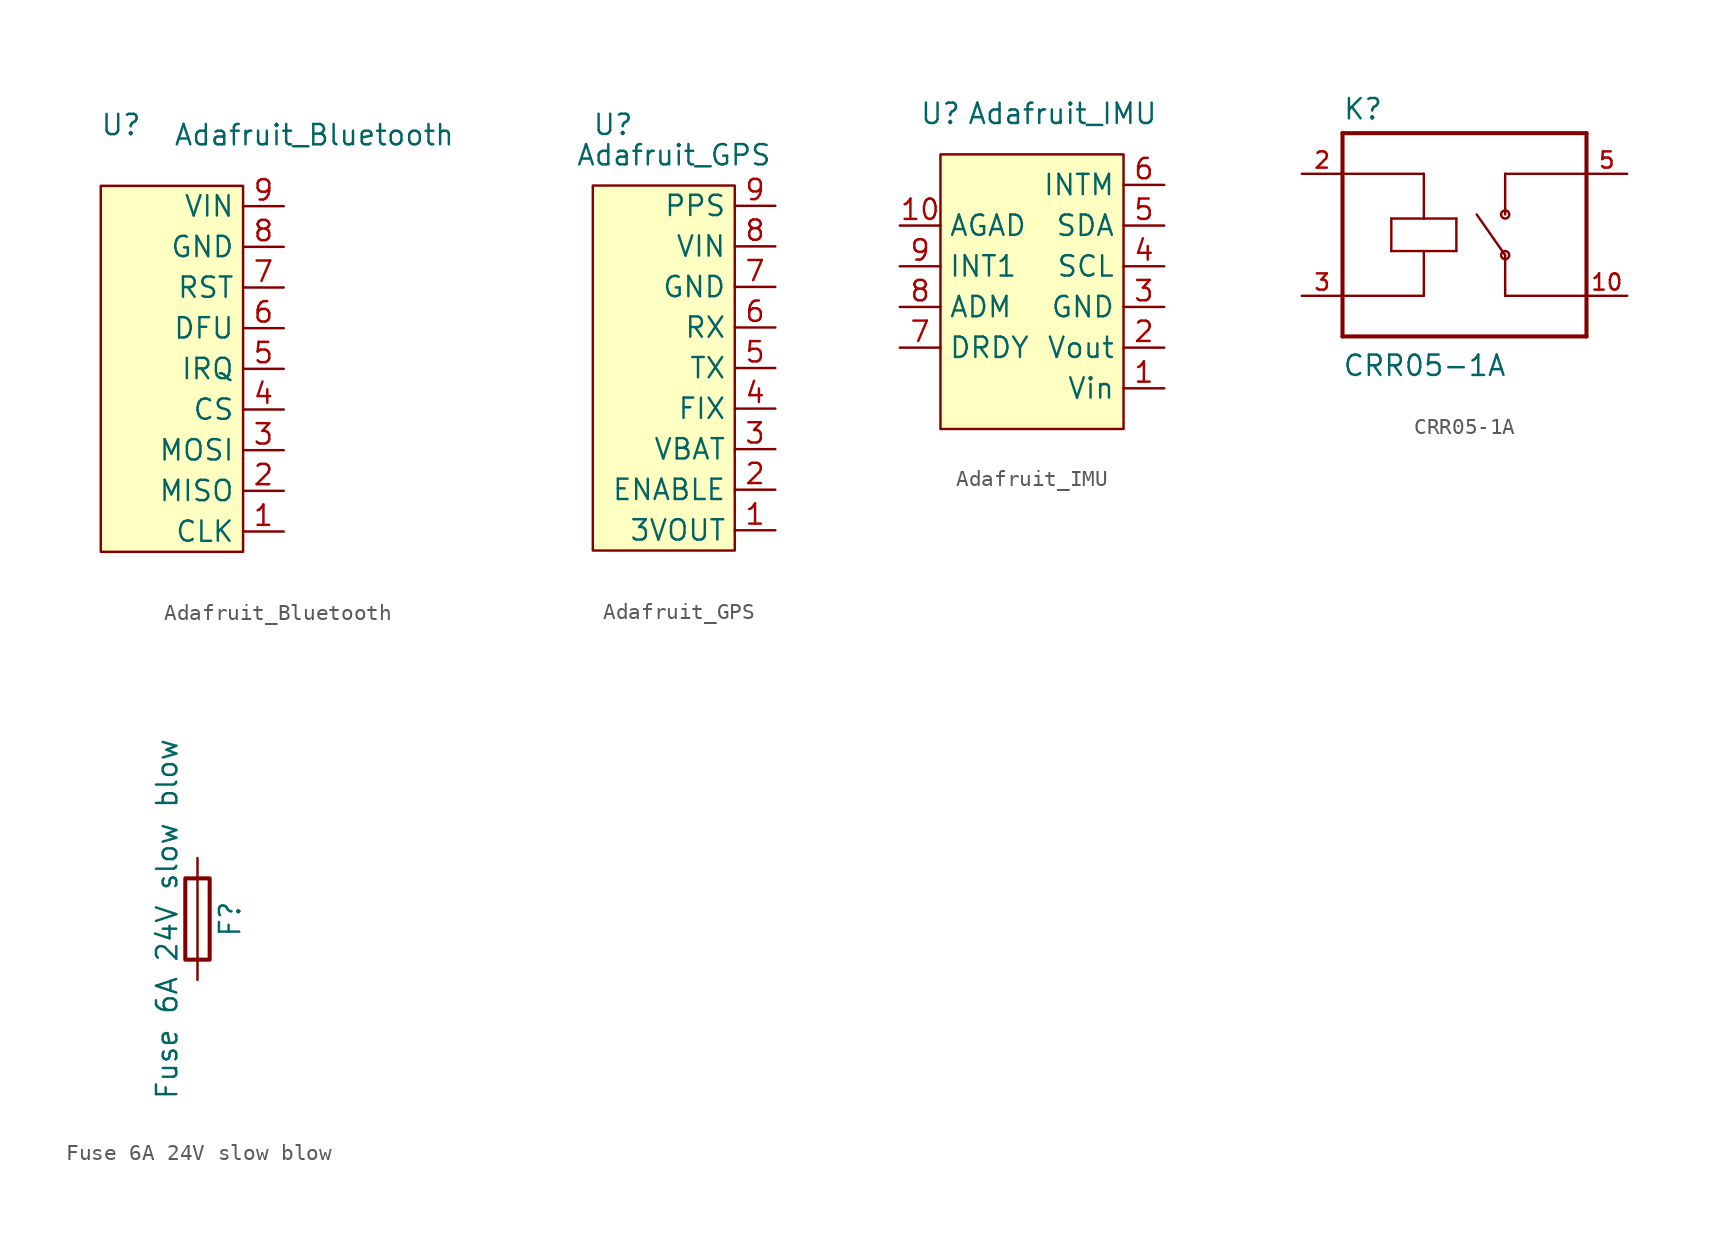
<source format=kicad_sym>
(kicad_symbol_lib
  (version 20211014)
  (generator kicad_symbol_editor)
  (symbol "Adafruit_Bluetooth"
    (property "Reference" "U"
      (at -7.62 5.08 0)
      (effects (font (size 1.27 1.27))))
    (property "Value" "Adafruit_Bluetooth"
      (at 4.445 4.445 0)
      (effects (font (size 1.27 1.27))))
    (symbol "Adafruit_Bluetooth_0_1"
      (rectangle (start 0 1.27) (end -8.89 -21.59) (stroke (width 0.152) (type default) (color 0 0 0 0)) (fill (type background))))
    (symbol "Adafruit_Bluetooth_1_1"
      (pin bidirectional line (at 2.54 -20.32 180) (length 2.54) (name "CLK" (effects (font (size 1.27 1.27)))) (number "1" (effects (font (size 1.27 1.27)))))
      (pin bidirectional line (at 2.54 -17.78 180) (length 2.54) (name "MISO" (effects (font (size 1.27 1.27)))) (number "2" (effects (font (size 1.27 1.27)))))
      (pin bidirectional line (at 2.54 -15.24 180) (length 2.54) (name "MOSI" (effects (font (size 1.27 1.27)))) (number "3" (effects (font (size 1.27 1.27)))))
      (pin bidirectional line (at 2.54 -12.7 180) (length 2.54) (name "CS" (effects (font (size 1.27 1.27)))) (number "4" (effects (font (size 1.27 1.27)))))
      (pin bidirectional line (at 2.54 -10.16 180) (length 2.54) (name "IRQ" (effects (font (size 1.27 1.27)))) (number "5" (effects (font (size 1.27 1.27)))))
      (pin bidirectional line (at 2.54 -7.62 180) (length 2.54) (name "DFU" (effects (font (size 1.27 1.27)))) (number "6" (effects (font (size 1.27 1.27)))))
      (pin bidirectional line (at 2.54 -5.08 180) (length 2.54) (name "RST" (effects (font (size 1.27 1.27)))) (number "7" (effects (font (size 1.27 1.27)))))
      (pin power_in line (at 2.54 -2.54 180) (length 2.54) (name "GND" (effects (font (size 1.27 1.27)))) (number "8" (effects (font (size 1.27 1.27)))))
      (pin power_in line (at 2.54 0 180) (length 2.54) (name "VIN" (effects (font (size 1.27 1.27)))) (number "9" (effects (font (size 1.27 1.27)))))))
  (symbol "Adafruit_GPS"
    (property "Reference" "U"
      (at -7.62 5.08 0)
      (effects (font (size 1.27 1.27))))
    (property "Value" "Adafruit_GPS"
      (at -3.81 3.175 0)
      (effects (font (size 1.27 1.27))))
    (symbol "Adafruit_GPS_0_1"
      (rectangle (start 0 1.27) (end -8.89 -21.59) (stroke (width 0.152) (type default) (color 0 0 0 0)) (fill (type background))))
    (symbol "Adafruit_GPS_1_1"
      (pin power_out line (at 2.54 -20.32 180) (length 2.54) (name "3VOUT" (effects (font (size 1.27 1.27)))) (number "1" (effects (font (size 1.27 1.27)))))
      (pin bidirectional line (at 2.54 -17.78 180) (length 2.54) (name "ENABLE" (effects (font (size 1.27 1.27)))) (number "2" (effects (font (size 1.27 1.27)))))
      (pin power_in line (at 2.54 -15.24 180) (length 2.54) (name "VBAT" (effects (font (size 1.27 1.27)))) (number "3" (effects (font (size 1.27 1.27)))))
      (pin bidirectional line (at 2.54 -12.7 180) (length 2.54) (name "FIX" (effects (font (size 1.27 1.27)))) (number "4" (effects (font (size 1.27 1.27)))))
      (pin output line (at 2.54 -10.16 180) (length 2.54) (name "TX" (effects (font (size 1.27 1.27)))) (number "5" (effects (font (size 1.27 1.27)))))
      (pin input line (at 2.54 -7.62 180) (length 2.54) (name "RX" (effects (font (size 1.27 1.27)))) (number "6" (effects (font (size 1.27 1.27)))))
      (pin power_in line (at 2.54 -5.08 180) (length 2.54) (name "GND" (effects (font (size 1.27 1.27)))) (number "7" (effects (font (size 1.27 1.27)))))
      (pin power_in line (at 2.54 -2.54 180) (length 2.54) (name "VIN" (effects (font (size 1.27 1.27)))) (number "8" (effects (font (size 1.27 1.27)))))
      (pin bidirectional line (at 2.54 0 180) (length 2.54) (name "PPS" (effects (font (size 1.27 1.27)))) (number "9" (effects (font (size 1.27 1.27)))))))
  (symbol "Adafruit_IMU"
    (property "Reference" "U"
      (at -11.43 9.525 0)
      (effects (font (size 1.27 1.27))))
    (property "Value" "Adafruit_IMU"
      (at -3.81 9.525 0)
      (effects (font (size 1.27 1.27))))
    (symbol "Adafruit_IMU_0_1"
      (rectangle (start -11.43 6.985) (end 0 -10.16) (stroke (width 0.152) (type default) (color 0 0 0 0)) (fill (type background))))
    (symbol "Adafruit_IMU_1_1"
      (pin power_in line (at 2.54 -7.62 180) (length 2.54) (name "Vin" (effects (font (size 1.27 1.27)))) (number "1" (effects (font (size 1.27 1.27)))))
      (pin bidirectional line (at -13.97 2.54 0) (length 2.54) (name "AGAD" (effects (font (size 1.27 1.27)))) (number "10" (effects (font (size 1.27 1.27)))))
      (pin power_out line (at 2.54 -5.08 180) (length 2.54) (name "Vout" (effects (font (size 1.27 1.27)))) (number "2" (effects (font (size 1.27 1.27)))))
      (pin power_in line (at 2.54 -2.54 180) (length 2.54) (name "GND" (effects (font (size 1.27 1.27)))) (number "3" (effects (font (size 1.27 1.27)))))
      (pin bidirectional line (at 2.54 0 180) (length 2.54) (name "SCL" (effects (font (size 1.27 1.27)))) (number "4" (effects (font (size 1.27 1.27)))))
      (pin bidirectional line (at 2.54 2.54 180) (length 2.54) (name "SDA" (effects (font (size 1.27 1.27)))) (number "5" (effects (font (size 1.27 1.27)))))
      (pin bidirectional line (at 2.54 5.08 180) (length 2.54) (name "INTM" (effects (font (size 1.27 1.27)))) (number "6" (effects (font (size 1.27 1.27)))))
      (pin bidirectional line (at -13.97 -5.08 0) (length 2.54) (name "DRDY" (effects (font (size 1.27 1.27)))) (number "7" (effects (font (size 1.27 1.27)))))
      (pin bidirectional line (at -13.97 -2.54 0) (length 2.54) (name "ADM" (effects (font (size 1.27 1.27)))) (number "8" (effects (font (size 1.27 1.27)))))
      (pin bidirectional line (at -13.97 0 0) (length 2.54) (name "INT1" (effects (font (size 1.27 1.27)))) (number "9" (effects (font (size 1.27 1.27)))))))
  (symbol "CRR05-1A"
    (pin_names
      (offset 1.016) hide)
    (property "Reference" "K"
      (at -7.62 5.842 0)
      (effects (font (size 1.27 1.27)) (justify left bottom)))
    (property "Value" "CRR05-1A"
      (at -7.645 -10.185 0)
      (effects (font (size 1.27 1.27)) (justify left bottom)))
    (symbol "CRR05-1A_0_0"
      (polyline (pts (xy -7.62 -7.62) (xy -7.62 -5.08)) (stroke (width 0.254) (type default) (color 0 0 0 0)) (fill (type none)))
      (polyline (pts (xy -7.62 -5.08) (xy -7.62 2.54)) (stroke (width 0.254) (type default) (color 0 0 0 0)) (fill (type none)))
      (polyline (pts (xy -7.62 2.54) (xy -7.62 5.08)) (stroke (width 0.254) (type default) (color 0 0 0 0)) (fill (type none)))
      (polyline (pts (xy -7.62 2.54) (xy -2.54 2.54)) (stroke (width 0.152) (type default) (color 0 0 0 0)) (fill (type none)))
      (polyline (pts (xy -7.62 5.08) (xy 7.62 5.08)) (stroke (width 0.254) (type default) (color 0 0 0 0)) (fill (type none)))
      (polyline (pts (xy -4.572 -2.286) (xy -2.54 -2.286)) (stroke (width 0.152) (type default) (color 0 0 0 0)) (fill (type none)))
      (polyline (pts (xy -4.572 -0.254) (xy -4.572 -2.286)) (stroke (width 0.152) (type default) (color 0 0 0 0)) (fill (type none)))
      (polyline (pts (xy -2.54 -5.08) (xy -7.62 -5.08)) (stroke (width 0.152) (type default) (color 0 0 0 0)) (fill (type none)))
      (polyline (pts (xy -2.54 -2.286) (xy -2.54 -5.08)) (stroke (width 0.152) (type default) (color 0 0 0 0)) (fill (type none)))
      (polyline (pts (xy -2.54 -2.286) (xy -0.508 -2.286)) (stroke (width 0.152) (type default) (color 0 0 0 0)) (fill (type none)))
      (polyline (pts (xy -2.54 -0.254) (xy -4.572 -0.254)) (stroke (width 0.152) (type default) (color 0 0 0 0)) (fill (type none)))
      (polyline (pts (xy -2.54 2.54) (xy -2.54 -0.254)) (stroke (width 0.152) (type default) (color 0 0 0 0)) (fill (type none)))
      (polyline (pts (xy -0.508 -2.286) (xy -0.508 -0.254)) (stroke (width 0.152) (type default) (color 0 0 0 0)) (fill (type none)))
      (polyline (pts (xy -0.508 -0.254) (xy -2.54 -0.254)) (stroke (width 0.152) (type default) (color 0 0 0 0)) (fill (type none)))
      (polyline (pts (xy 2.54 -5.08) (xy 7.62 -5.08)) (stroke (width 0.152) (type default) (color 0 0 0 0)) (fill (type none)))
      (polyline (pts (xy 2.54 -2.54) (xy 0.762 0)) (stroke (width 0.152) (type default) (color 0 0 0 0)) (fill (type none)))
      (polyline (pts (xy 2.54 -2.54) (xy 2.54 -5.08)) (stroke (width 0.152) (type default) (color 0 0 0 0)) (fill (type none)))
      (polyline (pts (xy 2.54 2.54) (xy 2.54 0)) (stroke (width 0.152) (type default) (color 0 0 0 0)) (fill (type none)))
      (polyline (pts (xy 2.54 2.54) (xy 7.62 2.54)) (stroke (width 0.152) (type default) (color 0 0 0 0)) (fill (type none)))
      (polyline (pts (xy 7.62 -7.62) (xy -7.62 -7.62)) (stroke (width 0.254) (type default) (color 0 0 0 0)) (fill (type none)))
      (polyline (pts (xy 7.62 -5.08) (xy 7.62 -7.62)) (stroke (width 0.254) (type default) (color 0 0 0 0)) (fill (type none)))
      (polyline (pts (xy 7.62 2.54) (xy 7.62 -5.08)) (stroke (width 0.254) (type default) (color 0 0 0 0)) (fill (type none)))
      (polyline (pts (xy 7.62 5.08) (xy 7.62 2.54)) (stroke (width 0.254) (type default) (color 0 0 0 0)) (fill (type none)))
      (circle (center 2.54 -2.54) (radius 0.254) (stroke (width 0.152) (type default) (color 0 0 0 0)) (fill (type none)))
      (circle (center 2.54 0) (radius 0.254) (stroke (width 0.152) (type default) (color 0 0 0 0)) (fill (type none)))
      (pin passive line (at 10.16 -5.08 180) (length 2.54) (name "~" (effects (font (size 1.016 1.016)))) (number "10" (effects (font (size 1.016 1.016)))))
      (pin passive line (at -10.16 2.54 0) (length 2.54) (name "~" (effects (font (size 1.016 1.016)))) (number "2" (effects (font (size 1.016 1.016)))))
      (pin passive line (at -10.16 -5.08 0) (length 2.54) (name "~" (effects (font (size 1.016 1.016)))) (number "3" (effects (font (size 1.016 1.016)))))
      (pin passive line (at 10.16 2.54 180) (length 2.54) (name "~" (effects (font (size 1.016 1.016)))) (number "5" (effects (font (size 1.016 1.016)))))))
  (symbol "Fuse 6A 24V slow blow"
    (pin_numbers hide)
    (pin_names
      (offset 0))
    (property "Reference" "F"
      (at 2.032 0 90)
      (effects (font (size 1.27 1.27))))
    (property "Value" "Fuse 6A 24V slow blow"
      (at -1.905 0 90)
      (effects (font (size 1.27 1.27))))
    (symbol "Fuse 6A 24V slow blow_0_1"
      (rectangle (start -0.762 -2.54) (end 0.762 2.54) (stroke (width 0.254) (type default) (color 0 0 0 0)) (fill (type none)))
      (polyline (pts (xy 0 2.54) (xy 0 -2.54)) (stroke (width 0) (type default) (color 0 0 0 0)) (fill (type none))))
    (symbol "Fuse 6A 24V slow blow_1_1"
      (pin passive line (at 0 3.81 270) (length 1.27) (name "~" (effects (font (size 1.27 1.27)))) (number "1" (effects (font (size 1.27 1.27)))))
      (pin passive line (at 0 -3.81 90) (length 1.27) (name "~" (effects (font (size 1.27 1.27)))) (number "2" (effects (font (size 1.27 1.27))))))))
</source>
